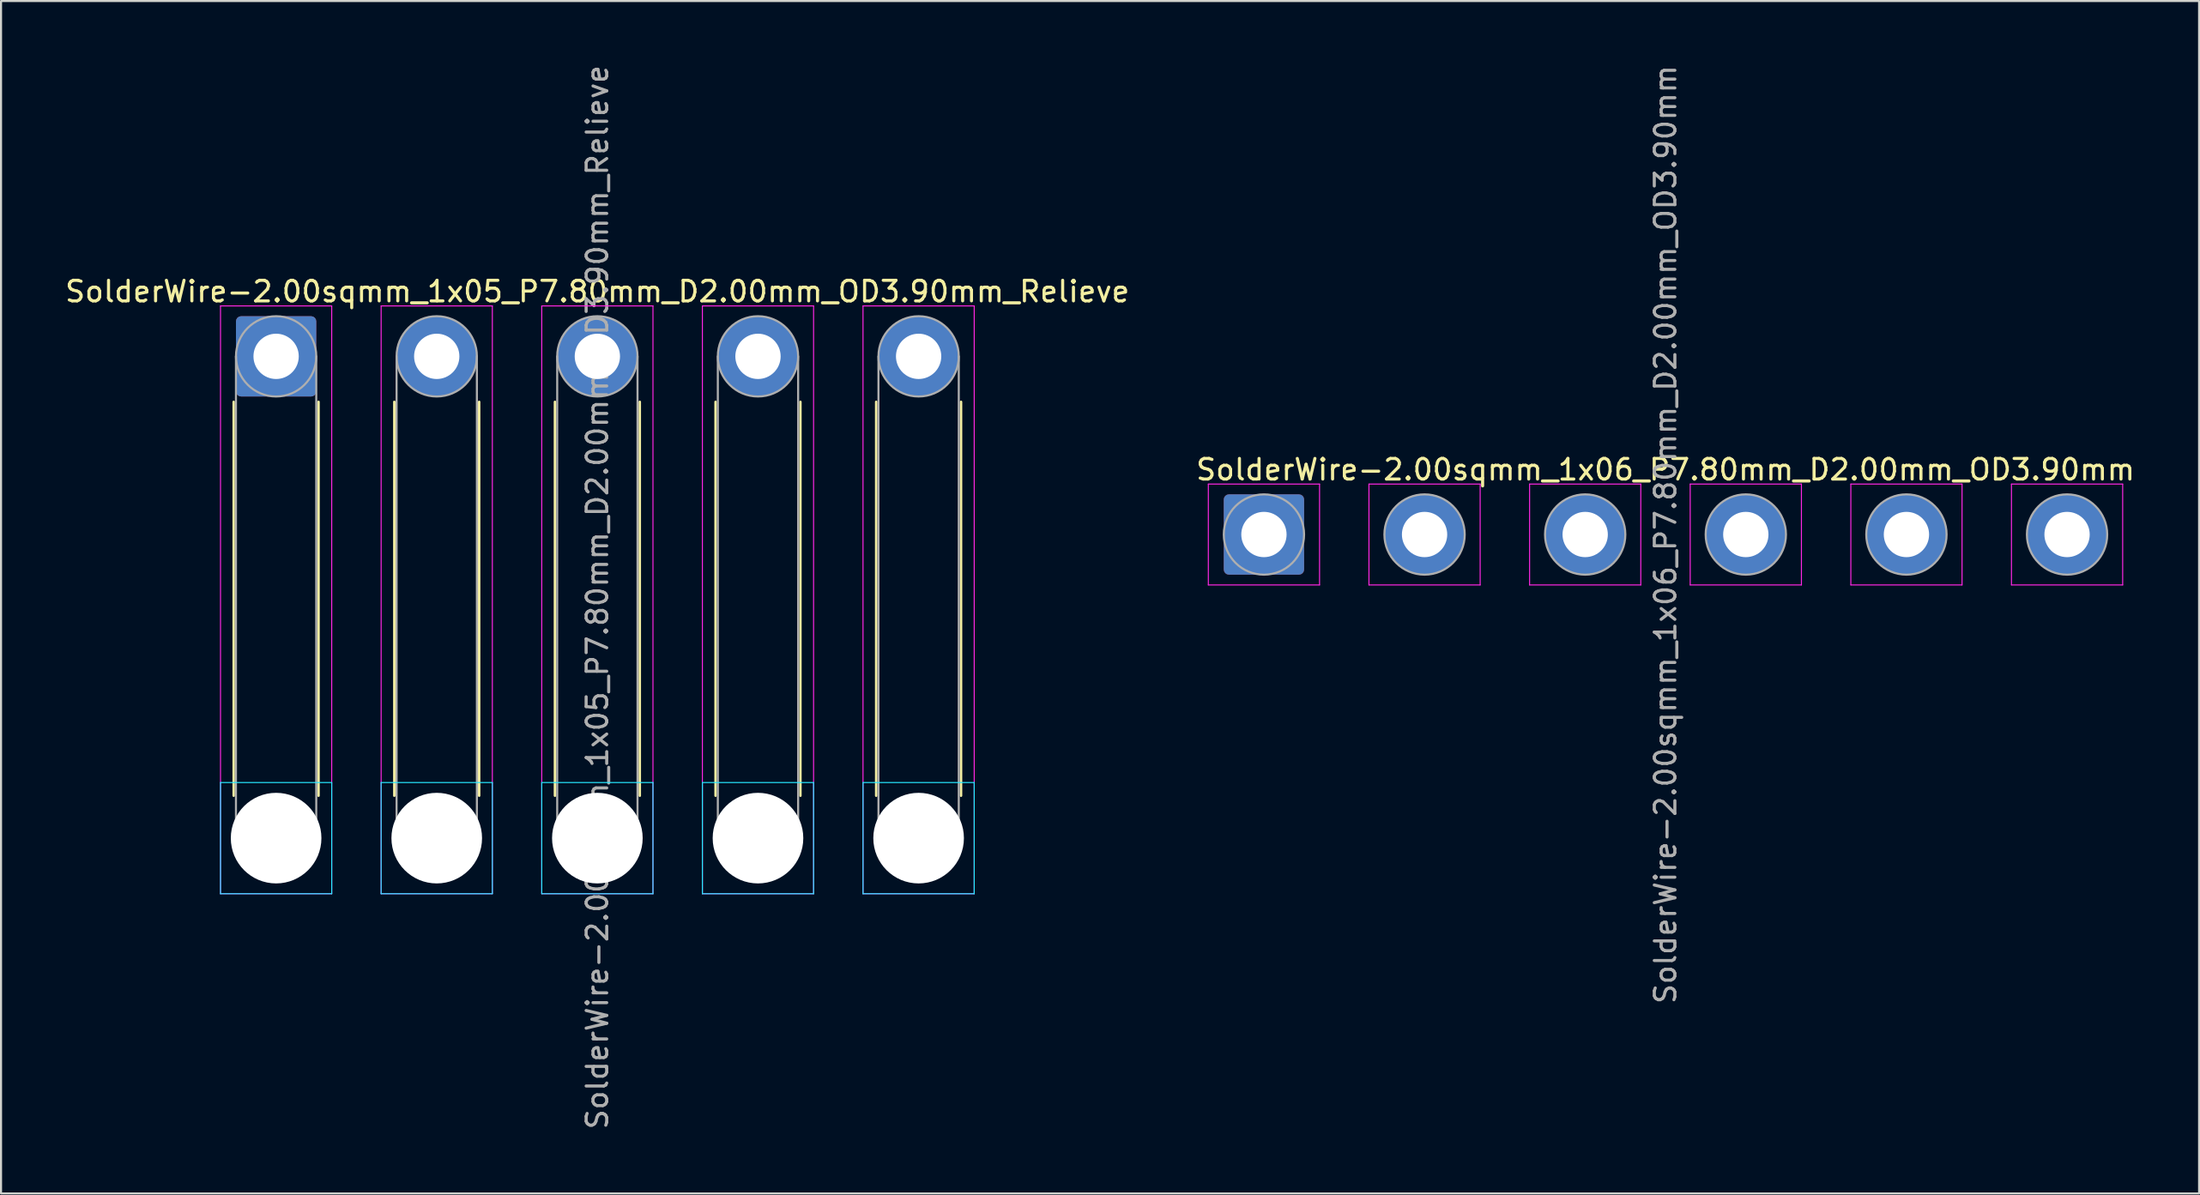
<source format=kicad_pcb>
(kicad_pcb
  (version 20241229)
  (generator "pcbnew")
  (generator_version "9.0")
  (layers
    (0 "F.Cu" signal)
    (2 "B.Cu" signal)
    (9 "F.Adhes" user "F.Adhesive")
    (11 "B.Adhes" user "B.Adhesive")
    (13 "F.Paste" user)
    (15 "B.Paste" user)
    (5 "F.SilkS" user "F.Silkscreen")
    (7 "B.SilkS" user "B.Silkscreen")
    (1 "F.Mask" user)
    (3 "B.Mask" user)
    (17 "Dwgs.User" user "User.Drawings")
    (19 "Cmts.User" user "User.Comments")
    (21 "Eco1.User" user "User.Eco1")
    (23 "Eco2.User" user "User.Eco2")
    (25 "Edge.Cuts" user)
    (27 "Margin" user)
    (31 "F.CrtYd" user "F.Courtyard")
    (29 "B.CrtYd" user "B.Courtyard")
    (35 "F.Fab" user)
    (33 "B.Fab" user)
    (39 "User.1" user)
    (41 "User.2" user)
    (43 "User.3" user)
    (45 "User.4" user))
  (footprint "SolderWire-2.00sqmm_1x06_P7.80mm_D2.00mm_OD3.90mm"
    (layer "F.Cu")
    (at 58.327 22.911)
    (property "Reference" "SolderWire-2.00sqmm_1x06_P7.80mm_D2.00mm_OD3.90mm" (at 19.5 -3.15 0) (layer "F.SilkS") (effects (font (size 1 1) (thickness 0.15))))
    (attr exclude_from_pos_files exclude_from_bom)
    (fp_line (start -2.7 -2.45) (end -2.7 2.45) (stroke (width 0.05) (type solid)) (layer "F.CrtYd"))
    (fp_line (start -2.7 2.45) (end 2.7 2.45) (stroke (width 0.05) (type solid)) (layer "F.CrtYd"))
    (fp_line (start 2.7 -2.45) (end -2.7 -2.45) (stroke (width 0.05) (type solid)) (layer "F.CrtYd"))
    (fp_line (start 2.7 2.45) (end 2.7 -2.45) (stroke (width 0.05) (type solid)) (layer "F.CrtYd"))
    (fp_line (start 5.1 -2.45) (end 5.1 2.45) (stroke (width 0.05) (type solid)) (layer "F.CrtYd"))
    (fp_line (start 5.1 2.45) (end 10.5 2.45) (stroke (width 0.05) (type solid)) (layer "F.CrtYd"))
    (fp_line (start 10.5 -2.45) (end 5.1 -2.45) (stroke (width 0.05) (type solid)) (layer "F.CrtYd"))
    (fp_line (start 10.5 2.45) (end 10.5 -2.45) (stroke (width 0.05) (type solid)) (layer "F.CrtYd"))
    (fp_line (start 12.9 -2.45) (end 12.9 2.45) (stroke (width 0.05) (type solid)) (layer "F.CrtYd"))
    (fp_line (start 12.9 2.45) (end 18.3 2.45) (stroke (width 0.05) (type solid)) (layer "F.CrtYd"))
    (fp_line (start 18.3 -2.45) (end 12.9 -2.45) (stroke (width 0.05) (type solid)) (layer "F.CrtYd"))
    (fp_line (start 18.3 2.45) (end 18.3 -2.45) (stroke (width 0.05) (type solid)) (layer "F.CrtYd"))
    (fp_line (start 20.7 -2.45) (end 20.7 2.45) (stroke (width 0.05) (type solid)) (layer "F.CrtYd"))
    (fp_line (start 20.7 2.45) (end 26.1 2.45) (stroke (width 0.05) (type solid)) (layer "F.CrtYd"))
    (fp_line (start 26.1 -2.45) (end 20.7 -2.45) (stroke (width 0.05) (type solid)) (layer "F.CrtYd"))
    (fp_line (start 26.1 2.45) (end 26.1 -2.45) (stroke (width 0.05) (type solid)) (layer "F.CrtYd"))
    (fp_line (start 28.5 -2.45) (end 28.5 2.45) (stroke (width 0.05) (type solid)) (layer "F.CrtYd"))
    (fp_line (start 28.5 2.45) (end 33.9 2.45) (stroke (width 0.05) (type solid)) (layer "F.CrtYd"))
    (fp_line (start 33.9 -2.45) (end 28.5 -2.45) (stroke (width 0.05) (type solid)) (layer "F.CrtYd"))
    (fp_line (start 33.9 2.45) (end 33.9 -2.45) (stroke (width 0.05) (type solid)) (layer "F.CrtYd"))
    (fp_line (start 36.3 -2.45) (end 36.3 2.45) (stroke (width 0.05) (type solid)) (layer "F.CrtYd"))
    (fp_line (start 36.3 2.45) (end 41.7 2.45) (stroke (width 0.05) (type solid)) (layer "F.CrtYd"))
    (fp_line (start 41.7 -2.45) (end 36.3 -2.45) (stroke (width 0.05) (type solid)) (layer "F.CrtYd"))
    (fp_line (start 41.7 2.45) (end 41.7 -2.45) (stroke (width 0.05) (type solid)) (layer "F.CrtYd"))
    (fp_circle (center 0 0) (end 1.95 0) (stroke (width 0.1) (type solid)) (fill no) (layer "F.Fab"))
    (fp_circle (center 7.8 0) (end 9.75 0) (stroke (width 0.1) (type solid)) (fill no) (layer "F.Fab"))
    (fp_circle (center 15.6 0) (end 17.55 0) (stroke (width 0.1) (type solid)) (fill no) (layer "F.Fab"))
    (fp_circle (center 23.4 0) (end 25.35 0) (stroke (width 0.1) (type solid)) (fill no) (layer "F.Fab"))
    (fp_circle (center 31.2 0) (end 33.15 0) (stroke (width 0.1) (type solid)) (fill no) (layer "F.Fab"))
    (fp_circle (center 39 0) (end 40.95 0) (stroke (width 0.1) (type solid)) (fill no) (layer "F.Fab"))
    (fp_text user "${REFERENCE}" (at 19.5 0 90) (layer "F.Fab") (effects (font (size 1 1) (thickness 0.15))))
    (pad "1" thru_hole roundrect (at 0 0) (size 3.9 3.9) (drill 2.2) (layers "*.Cu" "*.Mask") (roundrect_rratio 0.064))
    (pad "2" thru_hole circle (at 7.8 0) (size 3.9 3.9) (drill 2.2) (layers "*.Cu" "*.Mask"))
    (pad "3" thru_hole circle (at 15.6 0) (size 3.9 3.9) (drill 2.2) (layers "*.Cu" "*.Mask"))
    (pad "4" thru_hole circle (at 23.4 0) (size 3.9 3.9) (drill 2.2) (layers "*.Cu" "*.Mask"))
    (pad "5" thru_hole circle (at 31.2 0) (size 3.9 3.9) (drill 2.2) (layers "*.Cu" "*.Mask"))
    (pad "6" thru_hole circle (at 39 0) (size 3.9 3.9) (drill 2.2) (layers "*.Cu" "*.Mask")))
  (footprint "SolderWire-2.00sqmm_1x05_P7.80mm_D2.00mm_OD3.90mm_Relieve"
    (layer "F.Cu")
    (at 10.358 14.258)
    (property "Reference" "SolderWire-2.00sqmm_1x05_P7.80mm_D2.00mm_OD3.90mm_Relieve" (at 15.6 -3.15 0) (layer "F.SilkS") (effects (font (size 1 1) (thickness 0.15))))
    (attr exclude_from_pos_files exclude_from_bom)
    (fp_line (start -2.06 2.21) (end -2.06 21.34) (stroke (width 0.12) (type solid)) (layer "F.SilkS"))
    (fp_line (start 2.06 2.21) (end 2.06 21.34) (stroke (width 0.12) (type solid)) (layer "F.SilkS"))
    (fp_line (start 5.74 2.21) (end 5.74 21.34) (stroke (width 0.12) (type solid)) (layer "F.SilkS"))
    (fp_line (start 9.86 2.21) (end 9.86 21.34) (stroke (width 0.12) (type solid)) (layer "F.SilkS"))
    (fp_line (start 13.54 2.21) (end 13.54 21.34) (stroke (width 0.12) (type solid)) (layer "F.SilkS"))
    (fp_line (start 17.66 2.21) (end 17.66 21.34) (stroke (width 0.12) (type solid)) (layer "F.SilkS"))
    (fp_line (start 21.34 2.21) (end 21.34 21.34) (stroke (width 0.12) (type solid)) (layer "F.SilkS"))
    (fp_line (start 25.46 2.21) (end 25.46 21.34) (stroke (width 0.12) (type solid)) (layer "F.SilkS"))
    (fp_line (start 29.14 2.21) (end 29.14 21.34) (stroke (width 0.12) (type solid)) (layer "F.SilkS"))
    (fp_line (start 33.26 2.21) (end 33.26 21.34) (stroke (width 0.12) (type solid)) (layer "F.SilkS"))
    (fp_line (start -2.7 20.7) (end -2.7 26.1) (stroke (width 0.05) (type solid)) (layer "B.CrtYd"))
    (fp_line (start -2.7 26.1) (end 2.7 26.1) (stroke (width 0.05) (type solid)) (layer "B.CrtYd"))
    (fp_line (start 2.7 20.7) (end -2.7 20.7) (stroke (width 0.05) (type solid)) (layer "B.CrtYd"))
    (fp_line (start 2.7 26.1) (end 2.7 20.7) (stroke (width 0.05) (type solid)) (layer "B.CrtYd"))
    (fp_line (start 5.1 20.7) (end 5.1 26.1) (stroke (width 0.05) (type solid)) (layer "B.CrtYd"))
    (fp_line (start 5.1 26.1) (end 10.5 26.1) (stroke (width 0.05) (type solid)) (layer "B.CrtYd"))
    (fp_line (start 10.5 20.7) (end 5.1 20.7) (stroke (width 0.05) (type solid)) (layer "B.CrtYd"))
    (fp_line (start 10.5 26.1) (end 10.5 20.7) (stroke (width 0.05) (type solid)) (layer "B.CrtYd"))
    (fp_line (start 12.9 20.7) (end 12.9 26.1) (stroke (width 0.05) (type solid)) (layer "B.CrtYd"))
    (fp_line (start 12.9 26.1) (end 18.3 26.1) (stroke (width 0.05) (type solid)) (layer "B.CrtYd"))
    (fp_line (start 18.3 20.7) (end 12.9 20.7) (stroke (width 0.05) (type solid)) (layer "B.CrtYd"))
    (fp_line (start 18.3 26.1) (end 18.3 20.7) (stroke (width 0.05) (type solid)) (layer "B.CrtYd"))
    (fp_line (start 20.7 20.7) (end 20.7 26.1) (stroke (width 0.05) (type solid)) (layer "B.CrtYd"))
    (fp_line (start 20.7 26.1) (end 26.1 26.1) (stroke (width 0.05) (type solid)) (layer "B.CrtYd"))
    (fp_line (start 26.1 20.7) (end 20.7 20.7) (stroke (width 0.05) (type solid)) (layer "B.CrtYd"))
    (fp_line (start 26.1 26.1) (end 26.1 20.7) (stroke (width 0.05) (type solid)) (layer "B.CrtYd"))
    (fp_line (start 28.5 20.7) (end 28.5 26.1) (stroke (width 0.05) (type solid)) (layer "B.CrtYd"))
    (fp_line (start 28.5 26.1) (end 33.9 26.1) (stroke (width 0.05) (type solid)) (layer "B.CrtYd"))
    (fp_line (start 33.9 20.7) (end 28.5 20.7) (stroke (width 0.05) (type solid)) (layer "B.CrtYd"))
    (fp_line (start 33.9 26.1) (end 33.9 20.7) (stroke (width 0.05) (type solid)) (layer "B.CrtYd"))
    (fp_line (start -2.7 -2.45) (end -2.7 26.1) (stroke (width 0.05) (type solid)) (layer "F.CrtYd"))
    (fp_line (start -2.7 26.1) (end 2.7 26.1) (stroke (width 0.05) (type solid)) (layer "F.CrtYd"))
    (fp_line (start 2.7 -2.45) (end -2.7 -2.45) (stroke (width 0.05) (type solid)) (layer "F.CrtYd"))
    (fp_line (start 2.7 26.1) (end 2.7 -2.45) (stroke (width 0.05) (type solid)) (layer "F.CrtYd"))
    (fp_line (start 5.1 -2.45) (end 5.1 26.1) (stroke (width 0.05) (type solid)) (layer "F.CrtYd"))
    (fp_line (start 5.1 26.1) (end 10.5 26.1) (stroke (width 0.05) (type solid)) (layer "F.CrtYd"))
    (fp_line (start 10.5 -2.45) (end 5.1 -2.45) (stroke (width 0.05) (type solid)) (layer "F.CrtYd"))
    (fp_line (start 10.5 26.1) (end 10.5 -2.45) (stroke (width 0.05) (type solid)) (layer "F.CrtYd"))
    (fp_line (start 12.9 -2.45) (end 12.9 26.1) (stroke (width 0.05) (type solid)) (layer "F.CrtYd"))
    (fp_line (start 12.9 26.1) (end 18.3 26.1) (stroke (width 0.05) (type solid)) (layer "F.CrtYd"))
    (fp_line (start 18.3 -2.45) (end 12.9 -2.45) (stroke (width 0.05) (type solid)) (layer "F.CrtYd"))
    (fp_line (start 18.3 26.1) (end 18.3 -2.45) (stroke (width 0.05) (type solid)) (layer "F.CrtYd"))
    (fp_line (start 20.7 -2.45) (end 20.7 26.1) (stroke (width 0.05) (type solid)) (layer "F.CrtYd"))
    (fp_line (start 20.7 26.1) (end 26.1 26.1) (stroke (width 0.05) (type solid)) (layer "F.CrtYd"))
    (fp_line (start 26.1 -2.45) (end 20.7 -2.45) (stroke (width 0.05) (type solid)) (layer "F.CrtYd"))
    (fp_line (start 26.1 26.1) (end 26.1 -2.45) (stroke (width 0.05) (type solid)) (layer "F.CrtYd"))
    (fp_line (start 28.5 -2.45) (end 28.5 26.1) (stroke (width 0.05) (type solid)) (layer "F.CrtYd"))
    (fp_line (start 28.5 26.1) (end 33.9 26.1) (stroke (width 0.05) (type solid)) (layer "F.CrtYd"))
    (fp_line (start 33.9 -2.45) (end 28.5 -2.45) (stroke (width 0.05) (type solid)) (layer "F.CrtYd"))
    (fp_line (start 33.9 26.1) (end 33.9 -2.45) (stroke (width 0.05) (type solid)) (layer "F.CrtYd"))
    (fp_line (start -1.95 0) (end -1.95 23.4) (stroke (width 0.1) (type solid)) (layer "F.Fab"))
    (fp_line (start 1.95 0) (end 1.95 23.4) (stroke (width 0.1) (type solid)) (layer "F.Fab"))
    (fp_line (start 5.85 0) (end 5.85 23.4) (stroke (width 0.1) (type solid)) (layer "F.Fab"))
    (fp_line (start 9.75 0) (end 9.75 23.4) (stroke (width 0.1) (type solid)) (layer "F.Fab"))
    (fp_line (start 13.65 0) (end 13.65 23.4) (stroke (width 0.1) (type solid)) (layer "F.Fab"))
    (fp_line (start 17.55 0) (end 17.55 23.4) (stroke (width 0.1) (type solid)) (layer "F.Fab"))
    (fp_line (start 21.45 0) (end 21.45 23.4) (stroke (width 0.1) (type solid)) (layer "F.Fab"))
    (fp_line (start 25.35 0) (end 25.35 23.4) (stroke (width 0.1) (type solid)) (layer "F.Fab"))
    (fp_line (start 29.25 0) (end 29.25 23.4) (stroke (width 0.1) (type solid)) (layer "F.Fab"))
    (fp_line (start 33.15 0) (end 33.15 23.4) (stroke (width 0.1) (type solid)) (layer "F.Fab"))
    (fp_circle (center 0 0) (end 1.95 0) (stroke (width 0.1) (type solid)) (fill no) (layer "F.Fab"))
    (fp_circle (center 0 23.4) (end 1.95 23.4) (stroke (width 0.1) (type solid)) (fill no) (layer "F.Fab"))
    (fp_circle (center 7.8 0) (end 9.75 0) (stroke (width 0.1) (type solid)) (fill no) (layer "F.Fab"))
    (fp_circle (center 7.8 23.4) (end 9.75 23.4) (stroke (width 0.1) (type solid)) (fill no) (layer "F.Fab"))
    (fp_circle (center 15.6 0) (end 17.55 0) (stroke (width 0.1) (type solid)) (fill no) (layer "F.Fab"))
    (fp_circle (center 15.6 23.4) (end 17.55 23.4) (stroke (width 0.1) (type solid)) (fill no) (layer "F.Fab"))
    (fp_circle (center 23.4 0) (end 25.35 0) (stroke (width 0.1) (type solid)) (fill no) (layer "F.Fab"))
    (fp_circle (center 23.4 23.4) (end 25.35 23.4) (stroke (width 0.1) (type solid)) (fill no) (layer "F.Fab"))
    (fp_circle (center 31.2 0) (end 33.15 0) (stroke (width 0.1) (type solid)) (fill no) (layer "F.Fab"))
    (fp_circle (center 31.2 23.4) (end 33.15 23.4) (stroke (width 0.1) (type solid)) (fill no) (layer "F.Fab"))
    (fp_text user "${REFERENCE}" (at 15.6 11.7 90) (layer "F.Fab") (effects (font (size 1 1) (thickness 0.15))))
    (pad "" np_thru_hole circle (at 0 23.4) (size 4.4 4.4) (drill 4.4) (layers "*.Cu" "*.Mask"))
    (pad "" np_thru_hole circle (at 7.8 23.4) (size 4.4 4.4) (drill 4.4) (layers "*.Cu" "*.Mask"))
    (pad "" np_thru_hole circle (at 15.6 23.4) (size 4.4 4.4) (drill 4.4) (layers "*.Cu" "*.Mask"))
    (pad "" np_thru_hole circle (at 23.4 23.4) (size 4.4 4.4) (drill 4.4) (layers "*.Cu" "*.Mask"))
    (pad "" np_thru_hole circle (at 31.2 23.4) (size 4.4 4.4) (drill 4.4) (layers "*.Cu" "*.Mask"))
    (pad "1" thru_hole roundrect (at 0 0) (size 3.9 3.9) (drill 2.2) (layers "*.Cu" "*.Mask") (roundrect_rratio 0.064))
    (pad "2" thru_hole circle (at 7.8 0) (size 3.9 3.9) (drill 2.2) (layers "*.Cu" "*.Mask"))
    (pad "3" thru_hole circle (at 15.6 0) (size 3.9 3.9) (drill 2.2) (layers "*.Cu" "*.Mask"))
    (pad "4" thru_hole circle (at 23.4 0) (size 3.9 3.9) (drill 2.2) (layers "*.Cu" "*.Mask"))
    (pad "5" thru_hole circle (at 31.2 0) (size 3.9 3.9) (drill 2.2) (layers "*.Cu" "*.Mask")))
  (gr_rect
    (start -3 -3)
    (end 103.738 54.917)
    (stroke (width 0.1) (type default))
    (fill no)
    (layer "Edge.Cuts")))
</source>
